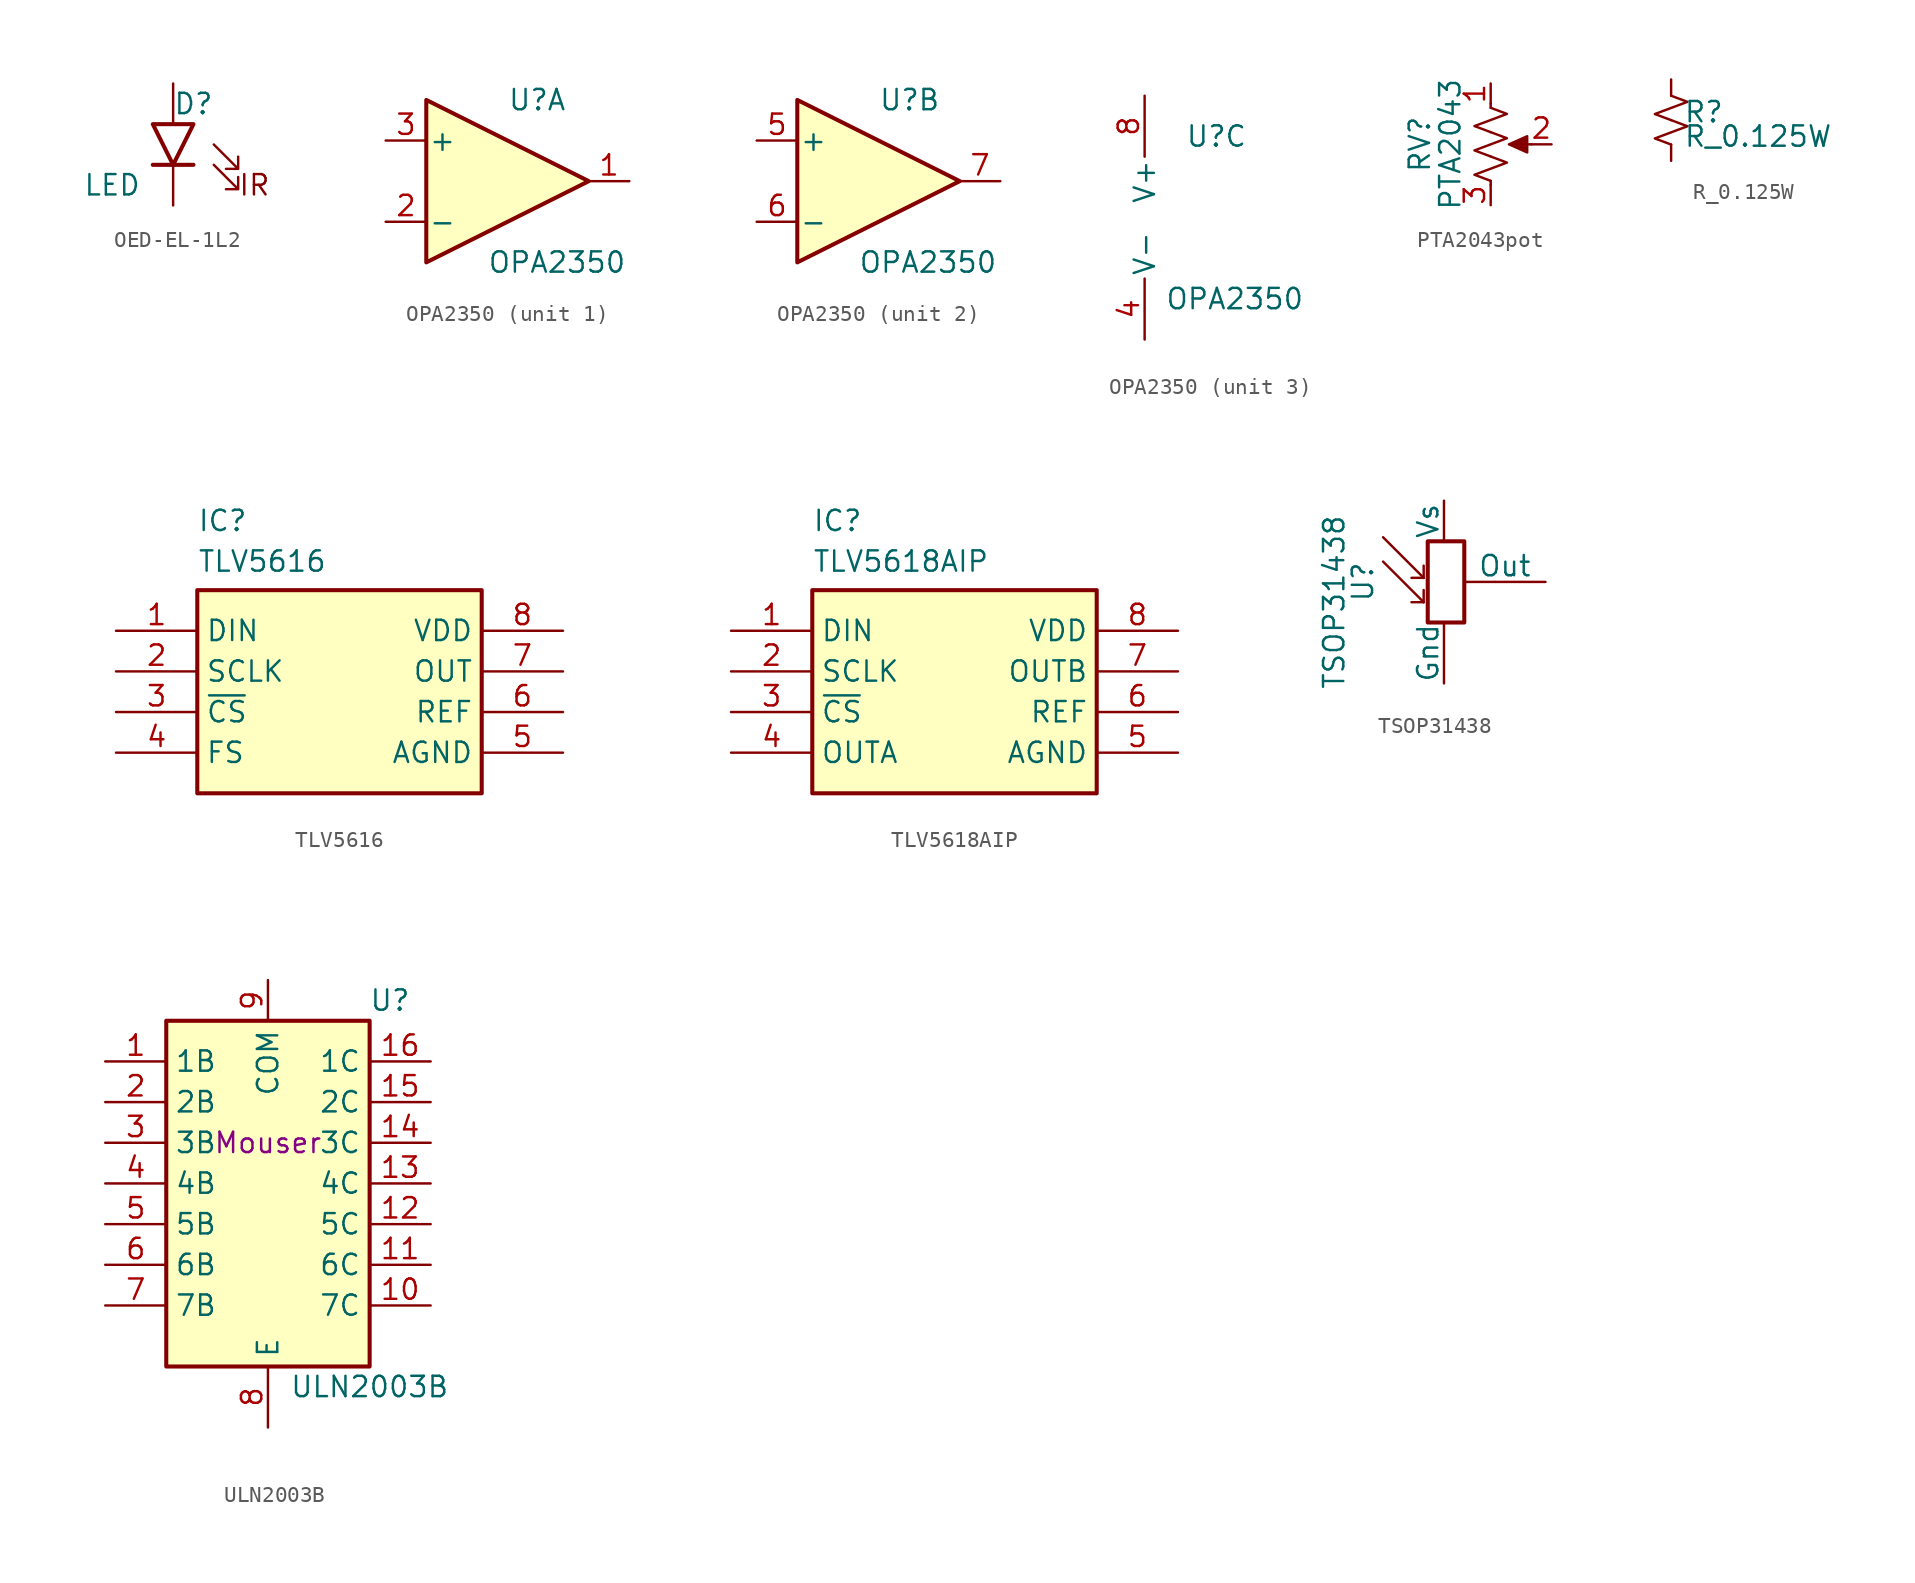
<source format=kicad_sym>
(kicad_symbol_lib
  (version 20220914)
  (generator kicad_symbol_editor)
  (symbol "OED-EL-1L2"
    (pin_numbers hide)
    (pin_names
      (offset 1.016) hide)
    (property "Reference" "D"
      (at 0 2.54 0)
      (effects (font (size 1.27 1.27))))
    (property "Value" "LED"
      (at -5.08 -2.54 0)
      (effects (font (size 1.27 1.27))))
    (symbol "OED-EL-1L2_0_1"
      (polyline (pts (xy 0 -1.27) (xy -2.54 -1.27)) (stroke (width 0.254) (type default)) (fill (type none)))
      (polyline (pts (xy 0 1.27) (xy -2.54 1.27) (xy -1.27 -1.27) (xy 0 1.27)) (stroke (width 0.254) (type default)) (fill (type none)))
      (polyline (pts (xy 1.27 -1.27) (xy 2.794 -2.794) (xy 2.794 -2.032) (xy 2.794 -2.794) (xy 2.032 -2.794)) (stroke (width 0) (type default)) (fill (type none)))
      (polyline (pts (xy 1.27 0) (xy 2.794 -1.524) (xy 2.794 -0.762) (xy 2.794 -1.524) (xy 2.032 -1.524)) (stroke (width 0) (type default)) (fill (type none))))
    (symbol "OED-EL-1L2_1_1"
      (text "IR" (at 3.81 -2.54 0) (effects (font (size 1.27 1.27))))
      (pin passive line (at -1.27 -3.81 90) (length 2.54) (name "K" (effects (font (size 1.27 1.27)))) (number "1" (effects (font (size 1.27 1.27)))))
      (pin passive line (at -1.27 3.81 270) (length 2.54) (name "A" (effects (font (size 1.27 1.27)))) (number "2" (effects (font (size 1.27 1.27)))))))
  (symbol "OPA2350"
    (pin_names
      (offset 0.127))
    (property "Reference" "U"
      (at 0 5.08 0)
      (effects (font (size 1.27 1.27)) (justify left)))
    (property "Value" "OPA2350"
      (at -1.27 -5.08 0)
      (effects (font (size 1.27 1.27)) (justify left)))
    (property "ki_locked" ""
      (at 0 0 0)
      (effects (font (size 1.27 1.27))))
    (symbol "OPA2350_1_1"
      (polyline (pts (xy -5.08 5.08) (xy 5.08 0) (xy -5.08 -5.08) (xy -5.08 5.08)) (stroke (width 0.254) (type default)) (fill (type background)))
      (pin output line (at 7.62 0 180) (length 2.54) (name "~" (effects (font (size 1.27 1.27)))) (number "1" (effects (font (size 1.27 1.27)))))
      (pin input line (at -7.62 -2.54 0) (length 2.54) (name "-" (effects (font (size 1.27 1.27)))) (number "2" (effects (font (size 1.27 1.27)))))
      (pin input line (at -7.62 2.54 0) (length 2.54) (name "+" (effects (font (size 1.27 1.27)))) (number "3" (effects (font (size 1.27 1.27))))))
    (symbol "OPA2350_2_1"
      (polyline (pts (xy -5.08 5.08) (xy 5.08 0) (xy -5.08 -5.08) (xy -5.08 5.08)) (stroke (width 0.254) (type default)) (fill (type background)))
      (pin input line (at -7.62 2.54 0) (length 2.54) (name "+" (effects (font (size 1.27 1.27)))) (number "5" (effects (font (size 1.27 1.27)))))
      (pin input line (at -7.62 -2.54 0) (length 2.54) (name "-" (effects (font (size 1.27 1.27)))) (number "6" (effects (font (size 1.27 1.27)))))
      (pin output line (at 7.62 0 180) (length 2.54) (name "~" (effects (font (size 1.27 1.27)))) (number "7" (effects (font (size 1.27 1.27))))))
    (symbol "OPA2350_3_1"
      (pin power_in line (at -2.54 -7.62 90) (length 3.81) (name "V-" (effects (font (size 1.27 1.27)))) (number "4" (effects (font (size 1.27 1.27)))))
      (pin power_in line (at -2.54 7.62 270) (length 3.81) (name "V+" (effects (font (size 1.27 1.27)))) (number "8" (effects (font (size 1.27 1.27)))))))
  (symbol "PTA2043pot"
    (pin_names
      (offset 1.016) hide)
    (property "Reference" "RV"
      (at -4.445 0 90)
      (effects (font (size 1.27 1.27))))
    (property "Value" "PTA2043"
      (at -2.54 0 90)
      (effects (font (size 1.27 1.27))))
    (symbol "PTA2043pot_0_1"
      (polyline (pts (xy 0 -2.286) (xy 0 -2.54)) (stroke (width 0) (type default)) (fill (type none)))
      (polyline (pts (xy 0 2.54) (xy 0 2.286)) (stroke (width 0) (type default)) (fill (type none)))
      (polyline (pts (xy 2.54 0) (xy 1.524 0)) (stroke (width 0) (type default)) (fill (type none)))
      (polyline (pts (xy 1.143 0) (xy 2.286 0.508) (xy 2.286 -0.508) (xy 1.143 0)) (stroke (width 0) (type default)) (fill (type outline)))
      (polyline (pts (xy 0 -0.762) (xy 1.016 -1.143) (xy 0 -1.524) (xy -1.016 -1.905) (xy 0 -2.286)) (stroke (width 0) (type default)) (fill (type none)))
      (polyline (pts (xy 0 0.762) (xy 1.016 0.381) (xy 0 0) (xy -1.016 -0.381) (xy 0 -0.762)) (stroke (width 0) (type default)) (fill (type none)))
      (polyline (pts (xy 0 2.286) (xy 1.016 1.905) (xy 0 1.524) (xy -1.016 1.143) (xy 0 0.762)) (stroke (width 0) (type default)) (fill (type none))))
    (symbol "PTA2043pot_1_1"
      (pin passive line (at 0 3.81 270) (length 1.27) (name "1" (effects (font (size 1.27 1.27)))) (number "1" (effects (font (size 1.27 1.27)))))
      (pin passive line (at 3.81 0 180) (length 1.27) (name "2" (effects (font (size 1.27 1.27)))) (number "2" (effects (font (size 1.27 1.27)))))
      (pin passive line (at 0 -3.81 90) (length 1.27) (name "3" (effects (font (size 1.27 1.27)))) (number "3" (effects (font (size 1.27 1.27)))))))
  (symbol "R_0.125W"
    (pin_numbers hide)
    (pin_names
      (offset 0.254) hide)
    (property "Reference" "R"
      (at 0.762 0.508 0)
      (effects (font (size 1.27 1.27)) (justify left)))
    (property "Value" "R_0.125W"
      (at 0.762 -1.016 0)
      (effects (font (size 1.27 1.27)) (justify left)))
    (symbol "R_0.125W_1_1"
      (polyline (pts (xy 0 0) (xy 1.016 -0.381) (xy 0 -0.762) (xy -1.016 -1.143) (xy 0 -1.524)) (stroke (width 0) (type default)) (fill (type none)))
      (polyline (pts (xy 0 1.524) (xy 1.016 1.143) (xy 0 0.762) (xy -1.016 0.381) (xy 0 0)) (stroke (width 0) (type default)) (fill (type none)))
      (pin passive line (at 0 2.54 270) (length 1.016) (name "~" (effects (font (size 1.27 1.27)))) (number "1" (effects (font (size 1.27 1.27)))))
      (pin passive line (at 0 -2.54 90) (length 1.016) (name "~" (effects (font (size 1.27 1.27)))) (number "2" (effects (font (size 1.27 1.27)))))))
  (symbol "TLV5616"
    (property "Reference" "IC"
      (at -8.89 11.43 0)
      (effects (font (size 1.27 1.27)) (justify left top)))
    (property "Value" "TLV5616"
      (at -8.89 8.89 0)
      (effects (font (size 1.27 1.27)) (justify left top)))
    (symbol "TLV5616_1_1"
      (rectangle (start -8.89 6.35) (end 8.89 -6.35) (stroke (width 0.254) (type default)) (fill (type background)))
      (pin input line (at -13.97 3.81 0) (length 5.08) (name "DIN" (effects (font (size 1.27 1.27)))) (number "1" (effects (font (size 1.27 1.27)))))
      (pin input line (at -13.97 1.27 0) (length 5.08) (name "SCLK" (effects (font (size 1.27 1.27)))) (number "2" (effects (font (size 1.27 1.27)))))
      (pin input line (at -13.97 -1.27 0) (length 5.08) (name "~{CS}" (effects (font (size 1.27 1.27)))) (number "3" (effects (font (size 1.27 1.27)))))
      (pin input line (at -13.97 -3.81 0) (length 5.08) (name "FS" (effects (font (size 1.27 1.27)))) (number "4" (effects (font (size 1.27 1.27)))))
      (pin power_in line (at 13.97 -3.81 180) (length 5.08) (name "AGND" (effects (font (size 1.27 1.27)))) (number "5" (effects (font (size 1.27 1.27)))))
      (pin input line (at 13.97 -1.27 180) (length 5.08) (name "REF" (effects (font (size 1.27 1.27)))) (number "6" (effects (font (size 1.27 1.27)))))
      (pin output line (at 13.97 1.27 180) (length 5.08) (name "OUT" (effects (font (size 1.27 1.27)))) (number "7" (effects (font (size 1.27 1.27)))))
      (pin power_in line (at 13.97 3.81 180) (length 5.08) (name "VDD" (effects (font (size 1.27 1.27)))) (number "8" (effects (font (size 1.27 1.27)))))))
  (symbol "TLV5618AIP"
    (property "Reference" "IC"
      (at -8.89 11.43 0)
      (effects (font (size 1.27 1.27)) (justify left top)))
    (property "Value" "TLV5618AIP"
      (at -8.89 8.89 0)
      (effects (font (size 1.27 1.27)) (justify left top)))
    (symbol "TLV5618AIP_1_1"
      (rectangle (start -8.89 6.35) (end 8.89 -6.35) (stroke (width 0.254) (type default)) (fill (type background)))
      (pin passive line (at -13.97 3.81 0) (length 5.08) (name "DIN" (effects (font (size 1.27 1.27)))) (number "1" (effects (font (size 1.27 1.27)))))
      (pin passive line (at -13.97 1.27 0) (length 5.08) (name "SCLK" (effects (font (size 1.27 1.27)))) (number "2" (effects (font (size 1.27 1.27)))))
      (pin passive line (at -13.97 -1.27 0) (length 5.08) (name "~{CS}" (effects (font (size 1.27 1.27)))) (number "3" (effects (font (size 1.27 1.27)))))
      (pin passive line (at -13.97 -3.81 0) (length 5.08) (name "OUTA" (effects (font (size 1.27 1.27)))) (number "4" (effects (font (size 1.27 1.27)))))
      (pin passive line (at 13.97 -3.81 180) (length 5.08) (name "AGND" (effects (font (size 1.27 1.27)))) (number "5" (effects (font (size 1.27 1.27)))))
      (pin passive line (at 13.97 -1.27 180) (length 5.08) (name "REF" (effects (font (size 1.27 1.27)))) (number "6" (effects (font (size 1.27 1.27)))))
      (pin passive line (at 13.97 1.27 180) (length 5.08) (name "OUTB" (effects (font (size 1.27 1.27)))) (number "7" (effects (font (size 1.27 1.27)))))
      (pin passive line (at 13.97 3.81 180) (length 5.08) (name "VDD" (effects (font (size 1.27 1.27)))) (number "8" (effects (font (size 1.27 1.27)))))))
  (symbol "TSOP31438"
    (pin_numbers hide)
    (pin_names
      (offset 0))
    (property "Reference" "U"
      (at -5.08 0 90)
      (effects (font (size 1.27 1.27))))
    (property "Value" "TSOP31438"
      (at -7.62 -1.27 90)
      (effects (font (size 1.27 1.27)) (justify top)))
    (symbol "TSOP31438_0_1"
      (rectangle (start -1.016 2.54) (end 1.27 -2.54) (stroke (width 0.254) (type default)) (fill (type none)))
      (polyline (pts (xy -1.27 -1.27) (xy -3.81 1.27)) (stroke (width 0) (type default)) (fill (type none)))
      (polyline (pts (xy -1.27 -1.27) (xy -2.032 -1.27)) (stroke (width 0) (type default)) (fill (type none)))
      (polyline (pts (xy -1.27 -1.27) (xy -1.27 -0.508)) (stroke (width 0) (type default)) (fill (type none)))
      (polyline (pts (xy -1.27 0.254) (xy -3.81 2.794)) (stroke (width 0) (type default)) (fill (type none)))
      (polyline (pts (xy -1.27 0.254) (xy -2.032 0.254)) (stroke (width 0) (type default)) (fill (type none)))
      (polyline (pts (xy -1.27 0.254) (xy -1.27 1.016)) (stroke (width 0) (type default)) (fill (type none))))
    (symbol "TSOP31438_1_1"
      (pin power_in line (at 0 -6.35 90) (length 3.81) (name "Gnd" (effects (font (size 1.27 1.27)))) (number "1" (effects (font (size 1.27 1.27)))))
      (pin power_in line (at 0 5.08 270) (length 2.54) (name "Vs" (effects (font (size 1.27 1.27)))) (number "2" (effects (font (size 1.27 1.27)))))
      (pin output line (at 6.35 0 180) (length 5.08) (name "Out" (effects (font (size 1.27 1.27)))) (number "3" (effects (font (size 1.27 1.27)))))))
  (symbol "ULN2003B"
    (property "Reference" "U"
      (at 7.62 8.89 0)
      (effects (font (size 1.27 1.27))))
    (property "Value" "ULN2003B"
      (at 6.35 -15.24 0)
      (effects (font (size 1.27 1.27))))
    (property "Distributor" " Mouser "
      (at 0 0 0)
      (effects (font (size 1.27 1.27))))
    (symbol "ULN2003B_0_0"
      (rectangle (start -6.35 7.62) (end 6.35 -13.97) (stroke (width 0.254) (type default)) (fill (type background))))
    (symbol "ULN2003B_1_1"
      (pin input line (at -10.16 5.08 0) (length 3.81) (name "1B" (effects (font (size 1.27 1.27)))) (number "1" (effects (font (size 1.27 1.27)))))
      (pin output line (at 10.16 -10.16 180) (length 3.81) (name "7C" (effects (font (size 1.27 1.27)))) (number "10" (effects (font (size 1.27 1.27)))))
      (pin output line (at 10.16 -7.62 180) (length 3.81) (name "6C" (effects (font (size 1.27 1.27)))) (number "11" (effects (font (size 1.27 1.27)))))
      (pin output line (at 10.16 -5.08 180) (length 3.81) (name "5C" (effects (font (size 1.27 1.27)))) (number "12" (effects (font (size 1.27 1.27)))))
      (pin output line (at 10.16 -2.54 180) (length 3.81) (name "4C" (effects (font (size 1.27 1.27)))) (number "13" (effects (font (size 1.27 1.27)))))
      (pin output line (at 10.16 0 180) (length 3.81) (name "3C" (effects (font (size 1.27 1.27)))) (number "14" (effects (font (size 1.27 1.27)))))
      (pin output line (at 10.16 2.54 180) (length 3.81) (name "2C" (effects (font (size 1.27 1.27)))) (number "15" (effects (font (size 1.27 1.27)))))
      (pin output line (at 10.16 5.08 180) (length 3.81) (name "1C" (effects (font (size 1.27 1.27)))) (number "16" (effects (font (size 1.27 1.27)))))
      (pin input line (at -10.16 2.54 0) (length 3.81) (name "2B" (effects (font (size 1.27 1.27)))) (number "2" (effects (font (size 1.27 1.27)))))
      (pin input line (at -10.16 0 0) (length 3.81) (name "3B" (effects (font (size 1.27 1.27)))) (number "3" (effects (font (size 1.27 1.27)))))
      (pin input line (at -10.16 -2.54 0) (length 3.81) (name "4B" (effects (font (size 1.27 1.27)))) (number "4" (effects (font (size 1.27 1.27)))))
      (pin input line (at -10.16 -5.08 0) (length 3.81) (name "5B" (effects (font (size 1.27 1.27)))) (number "5" (effects (font (size 1.27 1.27)))))
      (pin input line (at -10.16 -7.62 0) (length 3.81) (name "6B" (effects (font (size 1.27 1.27)))) (number "6" (effects (font (size 1.27 1.27)))))
      (pin input line (at -10.16 -10.16 0) (length 3.81) (name "7B" (effects (font (size 1.27 1.27)))) (number "7" (effects (font (size 1.27 1.27)))))
      (pin power_in line (at 0 -17.78 90) (length 3.81) (name "E" (effects (font (size 1.27 1.27)))) (number "8" (effects (font (size 1.27 1.27)))))
      (pin power_in line (at 0 10.16 270) (length 2.54) (name "COM" (effects (font (size 1.27 1.27)))) (number "9" (effects (font (size 1.27 1.27))))))))
</source>
